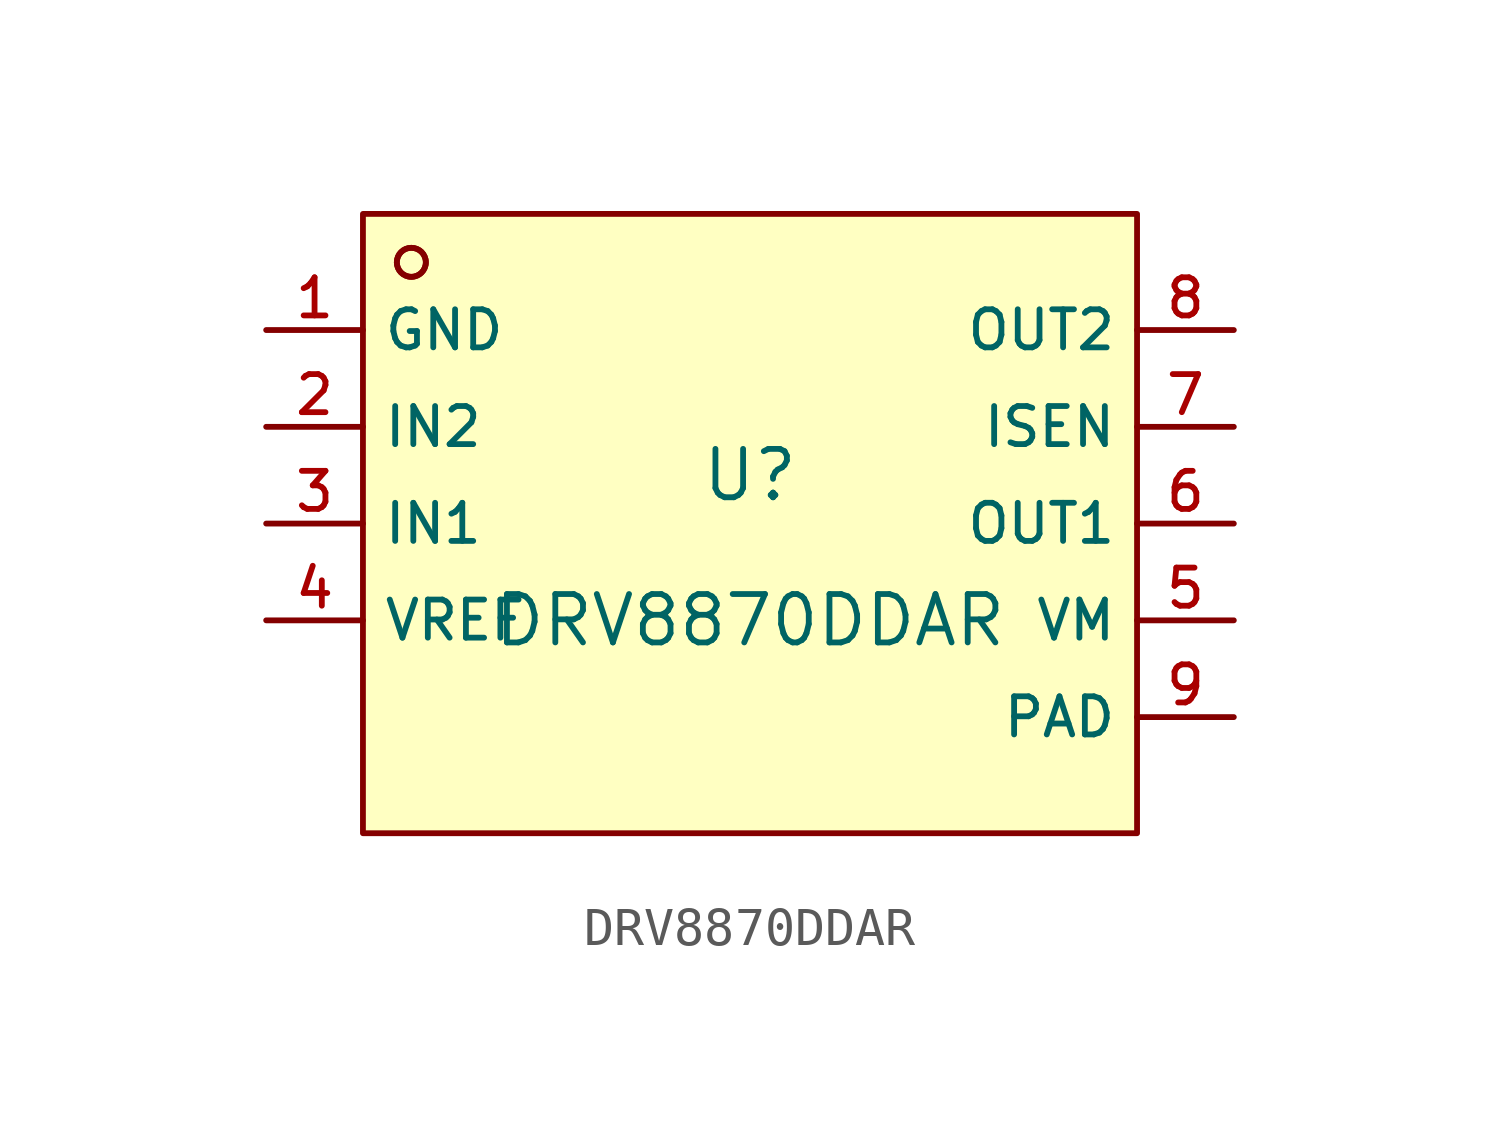
<source format=kicad_sym>
(kicad_symbol_lib
  (version 20210201)
  (generator TousstNicolas/JLC2KiCad_lib)
  (symbol "DRV8870DDAR"
    (property "Reference" "U"
      (at 0 1.27 0)
      (effects (font (size 1.27 1.27))))
    (property "Value" "DRV8870DDAR"
      (at 0 -2.54 0)
      (effects (font (size 1.27 1.27))))
    (symbol "DRV8870DDAR_0_1"
      (circle (center -8.89 6.858) (radius 0.381) (stroke (width 0) (type default) (color 0 0 0 0)) (fill (type background)))
      (rectangle (start -10.16 8.128) (end 10.16 -8.128) (stroke (width 0) (type default) (color 0 0 0 0)) (fill (type background)))
      (circle (center -8.89 6.858) (radius 0.381) (stroke (width 0) (type default) (color 0 0 0 0)) (fill (type background)))
      (pin unspecified line (at -12.7 5.08 0) (length 2.54) (name "GND" (effects (font (size 1 1)))) (number "1" (effects (font (size 1 1)))))
      (pin unspecified line (at -12.7 2.54 0) (length 2.54) (name "IN2" (effects (font (size 1 1)))) (number "2" (effects (font (size 1 1)))))
      (pin unspecified line (at -12.7 -0.0 0) (length 2.54) (name "IN1" (effects (font (size 1 1)))) (number "3" (effects (font (size 1 1)))))
      (pin unspecified line (at -12.7 -2.54 0) (length 2.54) (name "VREF" (effects (font (size 1 1)))) (number "4" (effects (font (size 1 1)))))
      (pin unspecified line (at 12.7 -2.54 180) (length 2.54) (name "VM" (effects (font (size 1 1)))) (number "5" (effects (font (size 1 1)))))
      (pin unspecified line (at 12.7 -0.0 180) (length 2.54) (name "OUT1" (effects (font (size 1 1)))) (number "6" (effects (font (size 1 1)))))
      (pin unspecified line (at 12.7 2.54 180) (length 2.54) (name "ISEN" (effects (font (size 1 1)))) (number "7" (effects (font (size 1 1)))))
      (pin unspecified line (at 12.7 5.08 180) (length 2.54) (name "OUT2" (effects (font (size 1 1)))) (number "8" (effects (font (size 1 1)))))
      (pin unspecified line (at 12.7 -5.08 180) (length 2.54) (name "PAD" (effects (font (size 1 1)))) (number "9" (effects (font (size 1 1))))))))
</source>
